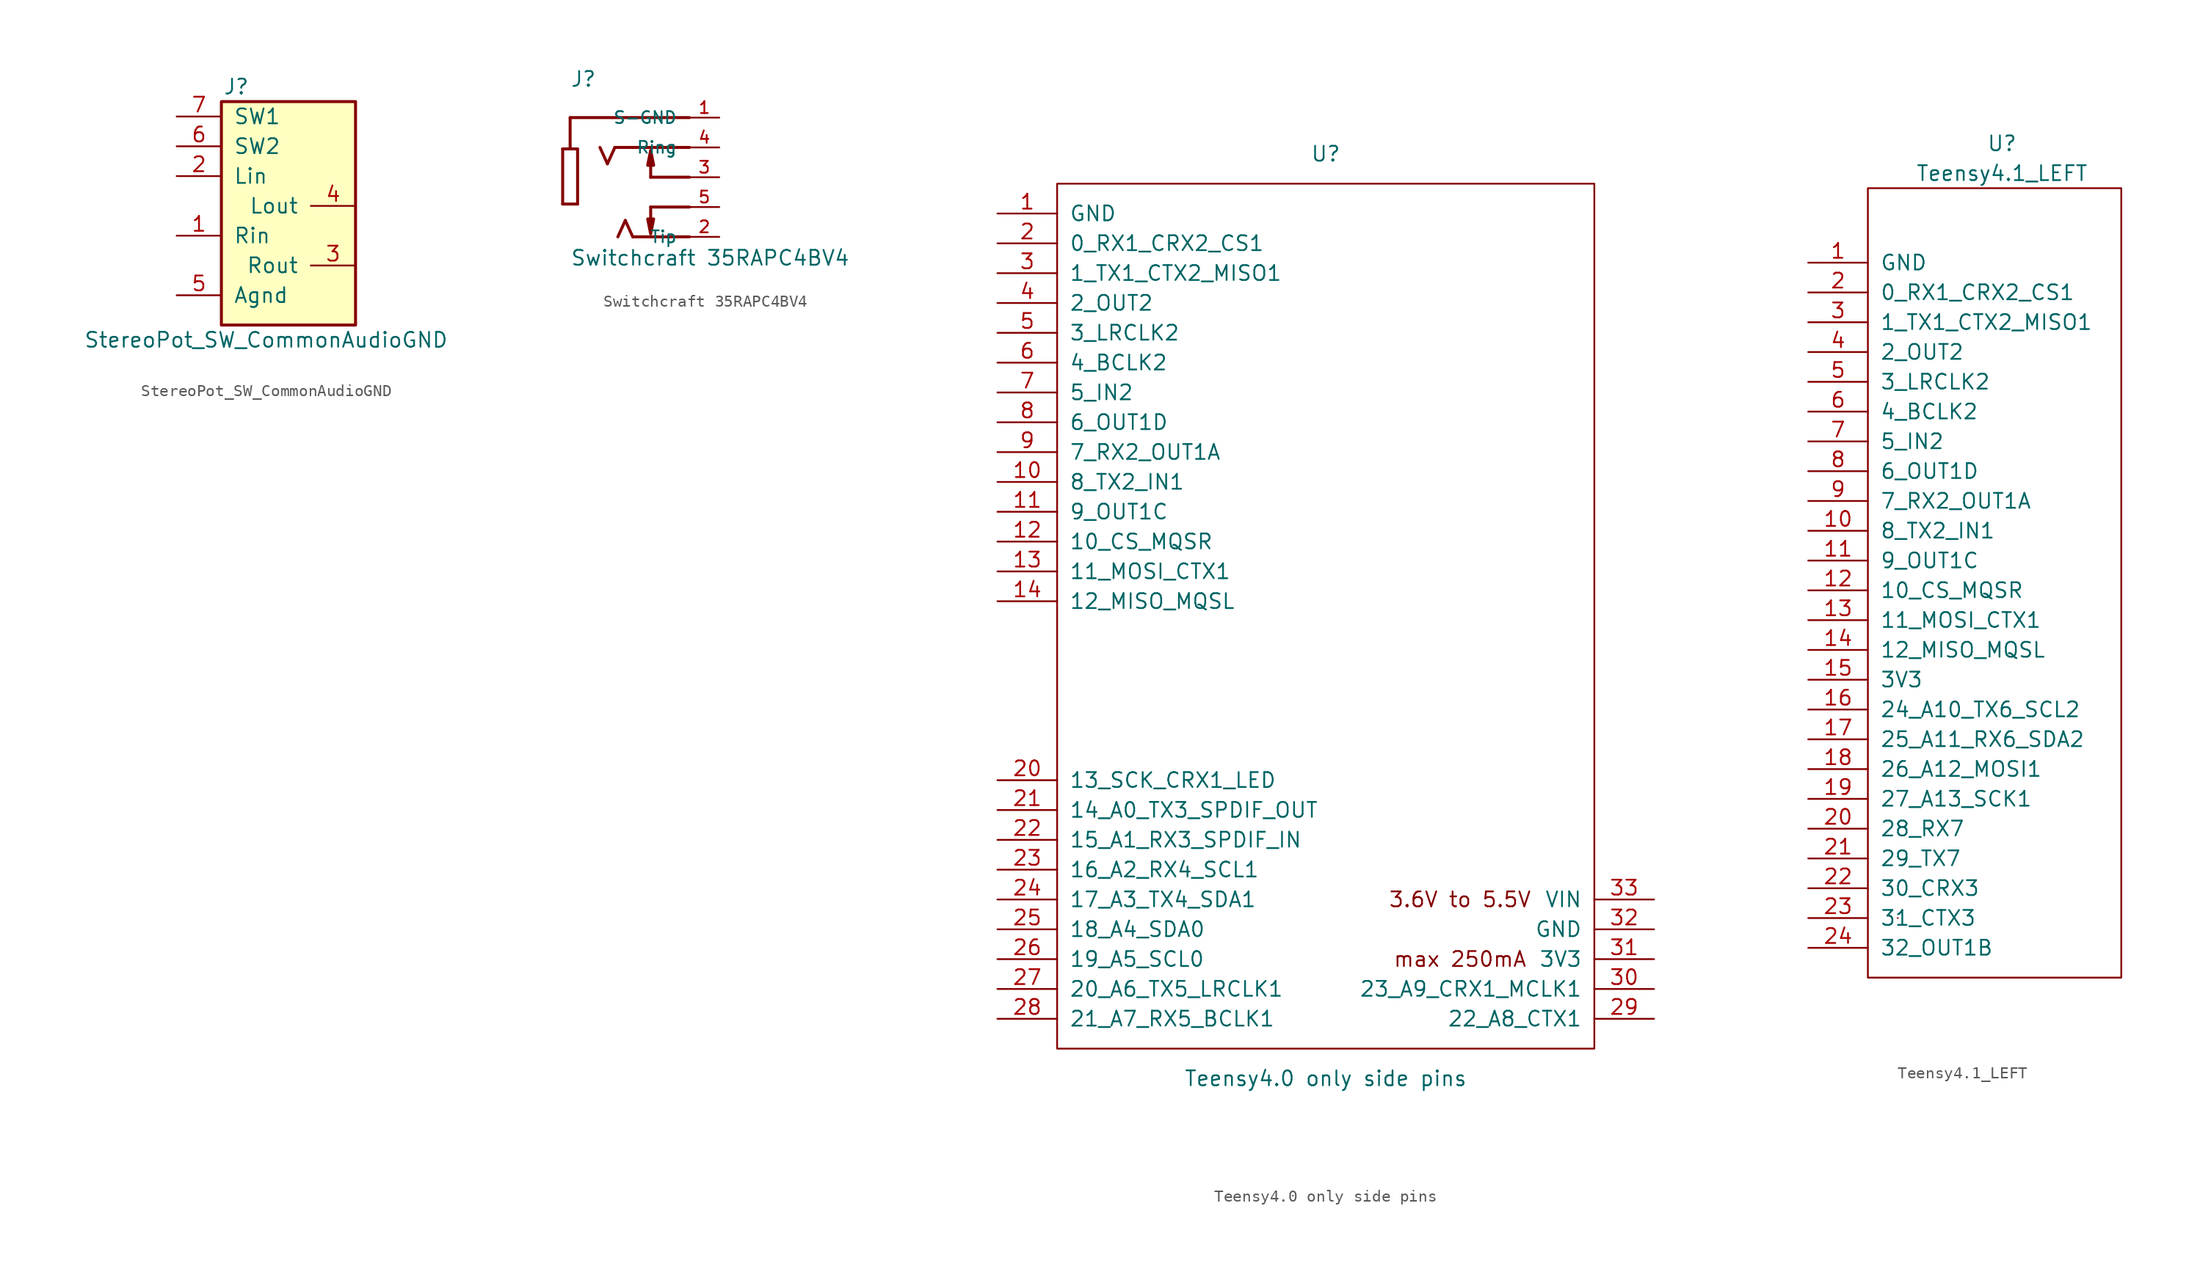
<source format=kicad_sym>
(kicad_symbol_lib
  (version 20211014)
  (generator kicad_symbol_editor)
  (symbol "StereoPot_SW_CommonAudioGND"
    (pin_names
      (offset 1.016))
    (property "Reference" "J"
      (at 0 10.16 0)
      (effects (font (size 1.27 1.27))))
    (property "Value" "StereoPot_SW_CommonAudioGND"
      (at 2.54 -11.43 0)
      (effects (font (size 1.27 1.27))))
    (symbol "StereoPot_SW_CommonAudioGND_1_1"
      (rectangle (start -1.27 8.89) (end 10.16 -10.16) (stroke (width 0.254) (type default) (color 0 0 0 0)) (fill (type background)))
      (pin passive line (at -5.08 -2.54 0) (length 3.81) (name "Rin" (effects (font (size 1.27 1.27)))) (number "1" (effects (font (size 1.27 1.27)))))
      (pin input line (at -5.08 2.54 0) (length 3.81) (name "Lin" (effects (font (size 1.27 1.27)))) (number "2" (effects (font (size 1.27 1.27)))))
      (pin input line (at 10.16 -5.08 180) (length 3.81) (name "Rout" (effects (font (size 1.27 1.27)))) (number "3" (effects (font (size 1.27 1.27)))))
      (pin output line (at 10.16 0 180) (length 3.81) (name "Lout" (effects (font (size 1.27 1.27)))) (number "4" (effects (font (size 1.27 1.27)))))
      (pin output line (at -5.08 -7.62 0) (length 3.81) (name "Agnd" (effects (font (size 1.27 1.27)))) (number "5" (effects (font (size 1.27 1.27)))))
      (pin passive line (at -5.08 5.08 0) (length 3.81) (name "SW2" (effects (font (size 1.27 1.27)))) (number "6" (effects (font (size 1.27 1.27)))))
      (pin passive line (at -5.08 7.62 0) (length 3.81) (name "SW1" (effects (font (size 1.27 1.27)))) (number "7" (effects (font (size 1.27 1.27)))))))
  (symbol "Switchcraft 35RAPC4BV4"
    (pin_names
      (offset 1.016))
    (property "Reference" "J"
      (at -5.08 7.62 0)
      (effects (font (size 1.27 1.27)) (justify left bottom)))
    (property "Value" "Switchcraft 35RAPC4BV4"
      (at -5.08 -7.62 0)
      (effects (font (size 1.27 1.27)) (justify left bottom)))
    (symbol "Switchcraft 35RAPC4BV4_0_0"
      (polyline (pts (xy -5.715 -2.286) (xy -5.715 2.413)) (stroke (width 0.254) (type default) (color 0 0 0 0)) (fill (type none)))
      (polyline (pts (xy -5.715 2.413) (xy -5.08 2.413)) (stroke (width 0.254) (type default) (color 0 0 0 0)) (fill (type none)))
      (polyline (pts (xy -5.08 2.413) (xy -4.445 2.413)) (stroke (width 0.254) (type default) (color 0 0 0 0)) (fill (type none)))
      (polyline (pts (xy -5.08 5.08) (xy -5.08 2.413)) (stroke (width 0.254) (type default) (color 0 0 0 0)) (fill (type none)))
      (polyline (pts (xy -4.445 -2.286) (xy -5.715 -2.286)) (stroke (width 0.254) (type default) (color 0 0 0 0)) (fill (type none)))
      (polyline (pts (xy -4.445 2.413) (xy -4.445 -2.286)) (stroke (width 0.254) (type default) (color 0 0 0 0)) (fill (type none)))
      (polyline (pts (xy -1.905 1.143) (xy -2.54 2.54)) (stroke (width 0.254) (type default) (color 0 0 0 0)) (fill (type none)))
      (polyline (pts (xy -1.27 2.54) (xy -1.905 1.143)) (stroke (width 0.254) (type default) (color 0 0 0 0)) (fill (type none)))
      (polyline (pts (xy -0.381 -3.683) (xy -1.016 -5.08)) (stroke (width 0.254) (type default) (color 0 0 0 0)) (fill (type none)))
      (polyline (pts (xy 0.254 -5.08) (xy -0.381 -3.683)) (stroke (width 0.254) (type default) (color 0 0 0 0)) (fill (type none)))
      (polyline (pts (xy 1.778 -2.54) (xy 1.778 -4.318)) (stroke (width 0.254) (type default) (color 0 0 0 0)) (fill (type none)))
      (polyline (pts (xy 1.778 -2.54) (xy 5.08 -2.54)) (stroke (width 0.254) (type default) (color 0 0 0 0)) (fill (type none)))
      (polyline (pts (xy 1.778 0) (xy 1.778 1.778)) (stroke (width 0.254) (type default) (color 0 0 0 0)) (fill (type none)))
      (polyline (pts (xy 1.778 0) (xy 5.08 0)) (stroke (width 0.254) (type default) (color 0 0 0 0)) (fill (type none)))
      (polyline (pts (xy 5.08 -5.08) (xy 0.254 -5.08)) (stroke (width 0.254) (type default) (color 0 0 0 0)) (fill (type none)))
      (polyline (pts (xy 5.08 2.54) (xy -1.27 2.54)) (stroke (width 0.254) (type default) (color 0 0 0 0)) (fill (type none)))
      (polyline (pts (xy 5.08 5.08) (xy -5.08 5.08)) (stroke (width 0.254) (type default) (color 0 0 0 0)) (fill (type none)))
      (polyline (pts (xy 1.778 -4.826) (xy 1.524 -3.556) (xy 2.032 -3.556) (xy 1.778 -4.826)) (stroke (width 0.254) (type default) (color 0 0 0 0)) (fill (type background)))
      (polyline (pts (xy 1.778 2.286) (xy 1.524 1.016) (xy 2.032 1.016) (xy 1.778 2.286)) (stroke (width 0.254) (type default) (color 0 0 0 0)) (fill (type background)))
      (pin passive line (at 7.62 5.08 180) (length 2.54) (name "S-GND" (effects (font (size 1.016 1.016)))) (number "1" (effects (font (size 1.016 1.016)))))
      (pin passive line (at 7.62 -5.08 180) (length 2.54) (name "Tip" (effects (font (size 1.016 1.016)))) (number "2" (effects (font (size 1.016 1.016)))))
      (pin passive line (at 7.62 0 180) (length 2.54) (name "~" (effects (font (size 1.016 1.016)))) (number "3" (effects (font (size 1.016 1.016)))))
      (pin passive line (at 7.62 2.54 180) (length 2.54) (name "Ring" (effects (font (size 1.016 1.016)))) (number "4" (effects (font (size 1.016 1.016)))))
      (pin passive line (at 7.62 -2.54 180) (length 2.54) (name "~" (effects (font (size 1.016 1.016)))) (number "5" (effects (font (size 1.016 1.016)))))))
  (symbol "Teensy4.0 only side pins"
    (pin_names
      (offset 1.016))
    (property "Reference" "U"
      (at 0 39.37 0)
      (effects (font (size 1.27 1.27))))
    (property "Value" "Teensy4.0 only side pins"
      (at 0 -39.37 0)
      (effects (font (size 1.27 1.27))))
    (symbol "Teensy4.0 only side pins_0_0"
      (text "3.6V to 5.5V" (at 11.43 -24.13 0) (effects (font (size 1.27 1.27))))
      (text "max 250mA" (at 11.43 -29.21 0) (effects (font (size 1.27 1.27))))
      (pin bidirectional line (at -27.94 11.43 0) (length 5.08) (name "8_TX2_IN1" (effects (font (size 1.27 1.27)))) (number "10" (effects (font (size 1.27 1.27)))))
      (pin bidirectional line (at -27.94 8.89 0) (length 5.08) (name "9_OUT1C" (effects (font (size 1.27 1.27)))) (number "11" (effects (font (size 1.27 1.27)))))
      (pin bidirectional line (at -27.94 6.35 0) (length 5.08) (name "10_CS_MQSR" (effects (font (size 1.27 1.27)))) (number "12" (effects (font (size 1.27 1.27)))))
      (pin bidirectional line (at -27.94 3.81 0) (length 5.08) (name "11_MOSI_CTX1" (effects (font (size 1.27 1.27)))) (number "13" (effects (font (size 1.27 1.27)))))
      (pin bidirectional line (at -27.94 1.27 0) (length 5.08) (name "12_MISO_MQSL" (effects (font (size 1.27 1.27)))) (number "14" (effects (font (size 1.27 1.27)))))
      (pin bidirectional line (at -27.94 -13.97 0) (length 5.08) (name "13_SCK_CRX1_LED" (effects (font (size 1.27 1.27)))) (number "20" (effects (font (size 1.27 1.27)))))
      (pin bidirectional line (at -27.94 -16.51 0) (length 5.08) (name "14_A0_TX3_SPDIF_OUT" (effects (font (size 1.27 1.27)))) (number "21" (effects (font (size 1.27 1.27)))))
      (pin bidirectional line (at -27.94 -19.05 0) (length 5.08) (name "15_A1_RX3_SPDIF_IN" (effects (font (size 1.27 1.27)))) (number "22" (effects (font (size 1.27 1.27)))))
      (pin bidirectional line (at -27.94 -21.59 0) (length 5.08) (name "16_A2_RX4_SCL1" (effects (font (size 1.27 1.27)))) (number "23" (effects (font (size 1.27 1.27)))))
      (pin bidirectional line (at -27.94 -24.13 0) (length 5.08) (name "17_A3_TX4_SDA1" (effects (font (size 1.27 1.27)))) (number "24" (effects (font (size 1.27 1.27)))))
      (pin bidirectional line (at -27.94 -26.67 0) (length 5.08) (name "18_A4_SDA0" (effects (font (size 1.27 1.27)))) (number "25" (effects (font (size 1.27 1.27)))))
      (pin bidirectional line (at -27.94 -29.21 0) (length 5.08) (name "19_A5_SCL0" (effects (font (size 1.27 1.27)))) (number "26" (effects (font (size 1.27 1.27)))))
      (pin bidirectional line (at -27.94 -31.75 0) (length 5.08) (name "20_A6_TX5_LRCLK1" (effects (font (size 1.27 1.27)))) (number "27" (effects (font (size 1.27 1.27)))))
      (pin bidirectional line (at -27.94 -34.29 0) (length 5.08) (name "21_A7_RX5_BCLK1" (effects (font (size 1.27 1.27)))) (number "28" (effects (font (size 1.27 1.27)))))
      (pin bidirectional line (at 27.94 -34.29 180) (length 5.08) (name "22_A8_CTX1" (effects (font (size 1.27 1.27)))) (number "29" (effects (font (size 1.27 1.27)))))
      (pin bidirectional line (at 27.94 -31.75 180) (length 5.08) (name "23_A9_CRX1_MCLK1" (effects (font (size 1.27 1.27)))) (number "30" (effects (font (size 1.27 1.27)))))
      (pin power_out line (at 27.94 -29.21 180) (length 5.08) (name "3V3" (effects (font (size 1.27 1.27)))) (number "31" (effects (font (size 1.27 1.27)))))
      (pin power_in line (at 27.94 -26.67 180) (length 5.08) (name "GND" (effects (font (size 1.27 1.27)))) (number "32" (effects (font (size 1.27 1.27)))))
      (pin power_in line (at 27.94 -24.13 180) (length 5.08) (name "VIN" (effects (font (size 1.27 1.27)))) (number "33" (effects (font (size 1.27 1.27)))))
      (pin bidirectional line (at -27.94 24.13 0) (length 5.08) (name "3_LRCLK2" (effects (font (size 1.27 1.27)))) (number "5" (effects (font (size 1.27 1.27)))))
      (pin bidirectional line (at -27.94 21.59 0) (length 5.08) (name "4_BCLK2" (effects (font (size 1.27 1.27)))) (number "6" (effects (font (size 1.27 1.27)))))
      (pin bidirectional line (at -27.94 19.05 0) (length 5.08) (name "5_IN2" (effects (font (size 1.27 1.27)))) (number "7" (effects (font (size 1.27 1.27)))))
      (pin bidirectional line (at -27.94 16.51 0) (length 5.08) (name "6_OUT1D" (effects (font (size 1.27 1.27)))) (number "8" (effects (font (size 1.27 1.27)))))
      (pin bidirectional line (at -27.94 13.97 0) (length 5.08) (name "7_RX2_OUT1A" (effects (font (size 1.27 1.27)))) (number "9" (effects (font (size 1.27 1.27))))))
    (symbol "Teensy4.0 only side pins_0_1"
      (rectangle (start -22.86 36.83) (end 22.86 -36.83) (stroke (width 0) (type default) (color 0 0 0 0)) (fill (type none)))
      (rectangle (start -20.32 -31.75) (end -20.32 -31.75) (stroke (width 0) (type default) (color 0 0 0 0)) (fill (type none))))
    (symbol "Teensy4.0 only side pins_1_1"
      (pin power_in line (at -27.94 34.29 0) (length 5.08) (name "GND" (effects (font (size 1.27 1.27)))) (number "1" (effects (font (size 1.27 1.27)))))
      (pin bidirectional line (at -27.94 31.75 0) (length 5.08) (name "0_RX1_CRX2_CS1" (effects (font (size 1.27 1.27)))) (number "2" (effects (font (size 1.27 1.27)))))
      (pin bidirectional line (at -27.94 29.21 0) (length 5.08) (name "1_TX1_CTX2_MISO1" (effects (font (size 1.27 1.27)))) (number "3" (effects (font (size 1.27 1.27)))))
      (pin bidirectional line (at -27.94 26.67 0) (length 5.08) (name "2_OUT2" (effects (font (size 1.27 1.27)))) (number "4" (effects (font (size 1.27 1.27)))))))
  (symbol "Teensy4.1_LEFT"
    (pin_names
      (offset 1.016))
    (property "Reference" "U"
      (at -11.43 64.77 0)
      (effects (font (size 1.27 1.27))))
    (property "Value" "Teensy4.1_LEFT"
      (at -11.43 62.23 0)
      (effects (font (size 1.27 1.27))))
    (symbol "Teensy4.1_LEFT_0_0"
      (pin bidirectional line (at -27.94 31.75 0) (length 5.08) (name "8_TX2_IN1" (effects (font (size 1.27 1.27)))) (number "10" (effects (font (size 1.27 1.27)))))
      (pin bidirectional line (at -27.94 29.21 0) (length 5.08) (name "9_OUT1C" (effects (font (size 1.27 1.27)))) (number "11" (effects (font (size 1.27 1.27)))))
      (pin bidirectional line (at -27.94 26.67 0) (length 5.08) (name "10_CS_MQSR" (effects (font (size 1.27 1.27)))) (number "12" (effects (font (size 1.27 1.27)))))
      (pin bidirectional line (at -27.94 24.13 0) (length 5.08) (name "11_MOSI_CTX1" (effects (font (size 1.27 1.27)))) (number "13" (effects (font (size 1.27 1.27)))))
      (pin bidirectional line (at -27.94 21.59 0) (length 5.08) (name "12_MISO_MQSL" (effects (font (size 1.27 1.27)))) (number "14" (effects (font (size 1.27 1.27)))))
      (pin power_in line (at -27.94 19.05 0) (length 5.08) (name "3V3" (effects (font (size 1.27 1.27)))) (number "15" (effects (font (size 1.27 1.27)))))
      (pin bidirectional line (at -27.94 16.51 0) (length 5.08) (name "24_A10_TX6_SCL2" (effects (font (size 1.27 1.27)))) (number "16" (effects (font (size 1.27 1.27)))))
      (pin bidirectional line (at -27.94 13.97 0) (length 5.08) (name "25_A11_RX6_SDA2" (effects (font (size 1.27 1.27)))) (number "17" (effects (font (size 1.27 1.27)))))
      (pin bidirectional line (at -27.94 11.43 0) (length 5.08) (name "26_A12_MOSI1" (effects (font (size 1.27 1.27)))) (number "18" (effects (font (size 1.27 1.27)))))
      (pin bidirectional line (at -27.94 8.89 0) (length 5.08) (name "27_A13_SCK1" (effects (font (size 1.27 1.27)))) (number "19" (effects (font (size 1.27 1.27)))))
      (pin bidirectional line (at -27.94 6.35 0) (length 5.08) (name "28_RX7" (effects (font (size 1.27 1.27)))) (number "20" (effects (font (size 1.27 1.27)))))
      (pin bidirectional line (at -27.94 3.81 0) (length 5.08) (name "29_TX7" (effects (font (size 1.27 1.27)))) (number "21" (effects (font (size 1.27 1.27)))))
      (pin bidirectional line (at -27.94 1.27 0) (length 5.08) (name "30_CRX3" (effects (font (size 1.27 1.27)))) (number "22" (effects (font (size 1.27 1.27)))))
      (pin bidirectional line (at -27.94 -1.27 0) (length 5.08) (name "31_CTX3" (effects (font (size 1.27 1.27)))) (number "23" (effects (font (size 1.27 1.27)))))
      (pin bidirectional line (at -27.94 -3.81 0) (length 5.08) (name "32_OUT1B" (effects (font (size 1.27 1.27)))) (number "24" (effects (font (size 1.27 1.27)))))
      (pin bidirectional line (at -27.94 44.45 0) (length 5.08) (name "3_LRCLK2" (effects (font (size 1.27 1.27)))) (number "5" (effects (font (size 1.27 1.27)))))
      (pin bidirectional line (at -27.94 41.91 0) (length 5.08) (name "4_BCLK2" (effects (font (size 1.27 1.27)))) (number "6" (effects (font (size 1.27 1.27)))))
      (pin bidirectional line (at -27.94 39.37 0) (length 5.08) (name "5_IN2" (effects (font (size 1.27 1.27)))) (number "7" (effects (font (size 1.27 1.27)))))
      (pin bidirectional line (at -27.94 36.83 0) (length 5.08) (name "6_OUT1D" (effects (font (size 1.27 1.27)))) (number "8" (effects (font (size 1.27 1.27)))))
      (pin bidirectional line (at -27.94 34.29 0) (length 5.08) (name "7_RX2_OUT1A" (effects (font (size 1.27 1.27)))) (number "9" (effects (font (size 1.27 1.27))))))
    (symbol "Teensy4.1_LEFT_0_1"
      (rectangle (start -22.86 60.96) (end -1.27 -6.35) (stroke (width 0) (type default) (color 0 0 0 0)) (fill (type none)))
      (rectangle (start -20.32 -1.27) (end -20.32 -1.27) (stroke (width 0) (type default) (color 0 0 0 0)) (fill (type none))))
    (symbol "Teensy4.1_LEFT_1_1"
      (pin power_in line (at -27.94 54.61 0) (length 5.08) (name "GND" (effects (font (size 1.27 1.27)))) (number "1" (effects (font (size 1.27 1.27)))))
      (pin bidirectional line (at -27.94 52.07 0) (length 5.08) (name "0_RX1_CRX2_CS1" (effects (font (size 1.27 1.27)))) (number "2" (effects (font (size 1.27 1.27)))))
      (pin bidirectional line (at -27.94 49.53 0) (length 5.08) (name "1_TX1_CTX2_MISO1" (effects (font (size 1.27 1.27)))) (number "3" (effects (font (size 1.27 1.27)))))
      (pin bidirectional line (at -27.94 46.99 0) (length 5.08) (name "2_OUT2" (effects (font (size 1.27 1.27)))) (number "4" (effects (font (size 1.27 1.27))))))))
</source>
